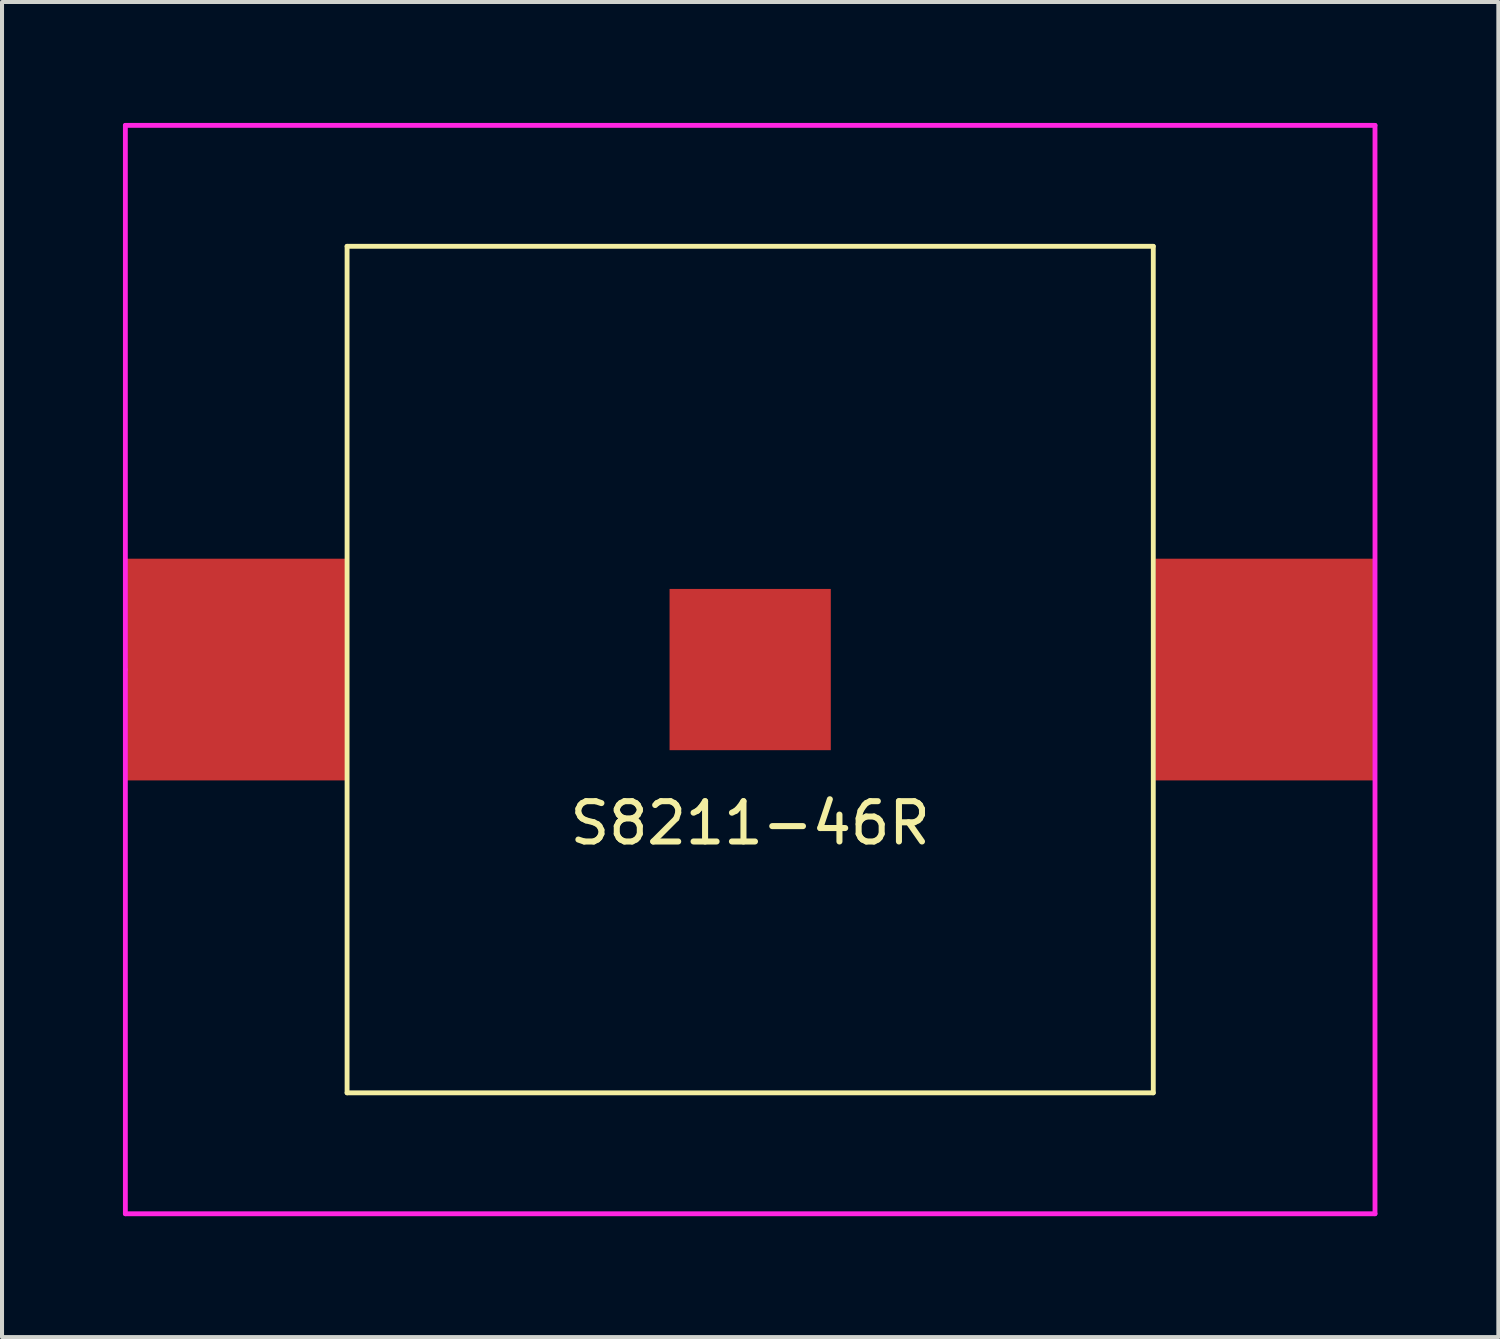
<source format=kicad_pcb>
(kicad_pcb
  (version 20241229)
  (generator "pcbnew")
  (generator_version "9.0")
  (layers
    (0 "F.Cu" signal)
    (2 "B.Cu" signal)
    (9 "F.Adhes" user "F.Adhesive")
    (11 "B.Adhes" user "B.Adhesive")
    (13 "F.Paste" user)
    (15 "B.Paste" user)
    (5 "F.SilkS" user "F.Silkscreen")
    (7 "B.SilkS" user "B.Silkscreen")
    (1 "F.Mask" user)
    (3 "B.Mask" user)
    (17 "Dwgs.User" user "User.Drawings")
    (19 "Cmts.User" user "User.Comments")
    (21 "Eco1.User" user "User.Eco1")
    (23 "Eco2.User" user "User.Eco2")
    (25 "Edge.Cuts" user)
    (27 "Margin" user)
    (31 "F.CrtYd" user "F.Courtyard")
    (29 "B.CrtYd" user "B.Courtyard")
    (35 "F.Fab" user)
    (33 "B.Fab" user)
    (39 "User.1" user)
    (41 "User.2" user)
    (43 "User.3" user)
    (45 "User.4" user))
  (footprint "S8211-46R"
    (layer "F.Cu")
    (at 15.56 13.56)
    (property "Reference" "S8211-46R" (at 0 3.81 0) (layer "F.SilkS") (effects (font (size 1 1) (thickness 0.15))))
    (attr through_hole)
    (fp_line (start -10 -10.5) (end 10 -10.5) (stroke (width 0.12) (type solid)) (layer "F.SilkS"))
    (fp_line (start -10 10.5) (end -10 -10.5) (stroke (width 0.12) (type solid)) (layer "F.SilkS"))
    (fp_line (start 10 -10.5) (end 10 10.5) (stroke (width 0.12) (type solid)) (layer "F.SilkS"))
    (fp_line (start 10 10.5) (end -10 10.5) (stroke (width 0.12) (type solid)) (layer "F.SilkS"))
    (fp_line (start -15.5 -13.5) (end 15.5 -13.5) (stroke (width 0.12) (type solid)) (layer "F.CrtYd"))
    (fp_line (start -15.5 0) (end -15.5 -13.5) (stroke (width 0.12) (type solid)) (layer "F.CrtYd"))
    (fp_line (start -15.5 13.5) (end -15.5 0) (stroke (width 0.12) (type solid)) (layer "F.CrtYd"))
    (fp_line (start 15.5 -13.5) (end 15.5 13.5) (stroke (width 0.12) (type solid)) (layer "F.CrtYd"))
    (fp_line (start 15.5 13.5) (end -15.5 13.5) (stroke (width 0.12) (type solid)) (layer "F.CrtYd"))
    (pad "1" smd rect (at -12.8 0) (size 5.5 5.5) (layers "F.Cu" "F.Mask" "F.Paste"))
    (pad "1" smd rect (at 12.8 0) (size 5.5 5.5) (layers "F.Cu" "F.Mask" "F.Paste"))
    (pad "2" smd rect (at 0 0) (size 4 4) (layers "F.Cu" "F.Mask" "F.Paste")))
  (gr_rect
    (start -3 -3)
    (end 34.12 30.12)
    (stroke (width 0.1) (type default))
    (fill no)
    (layer "Edge.Cuts")))
</source>
